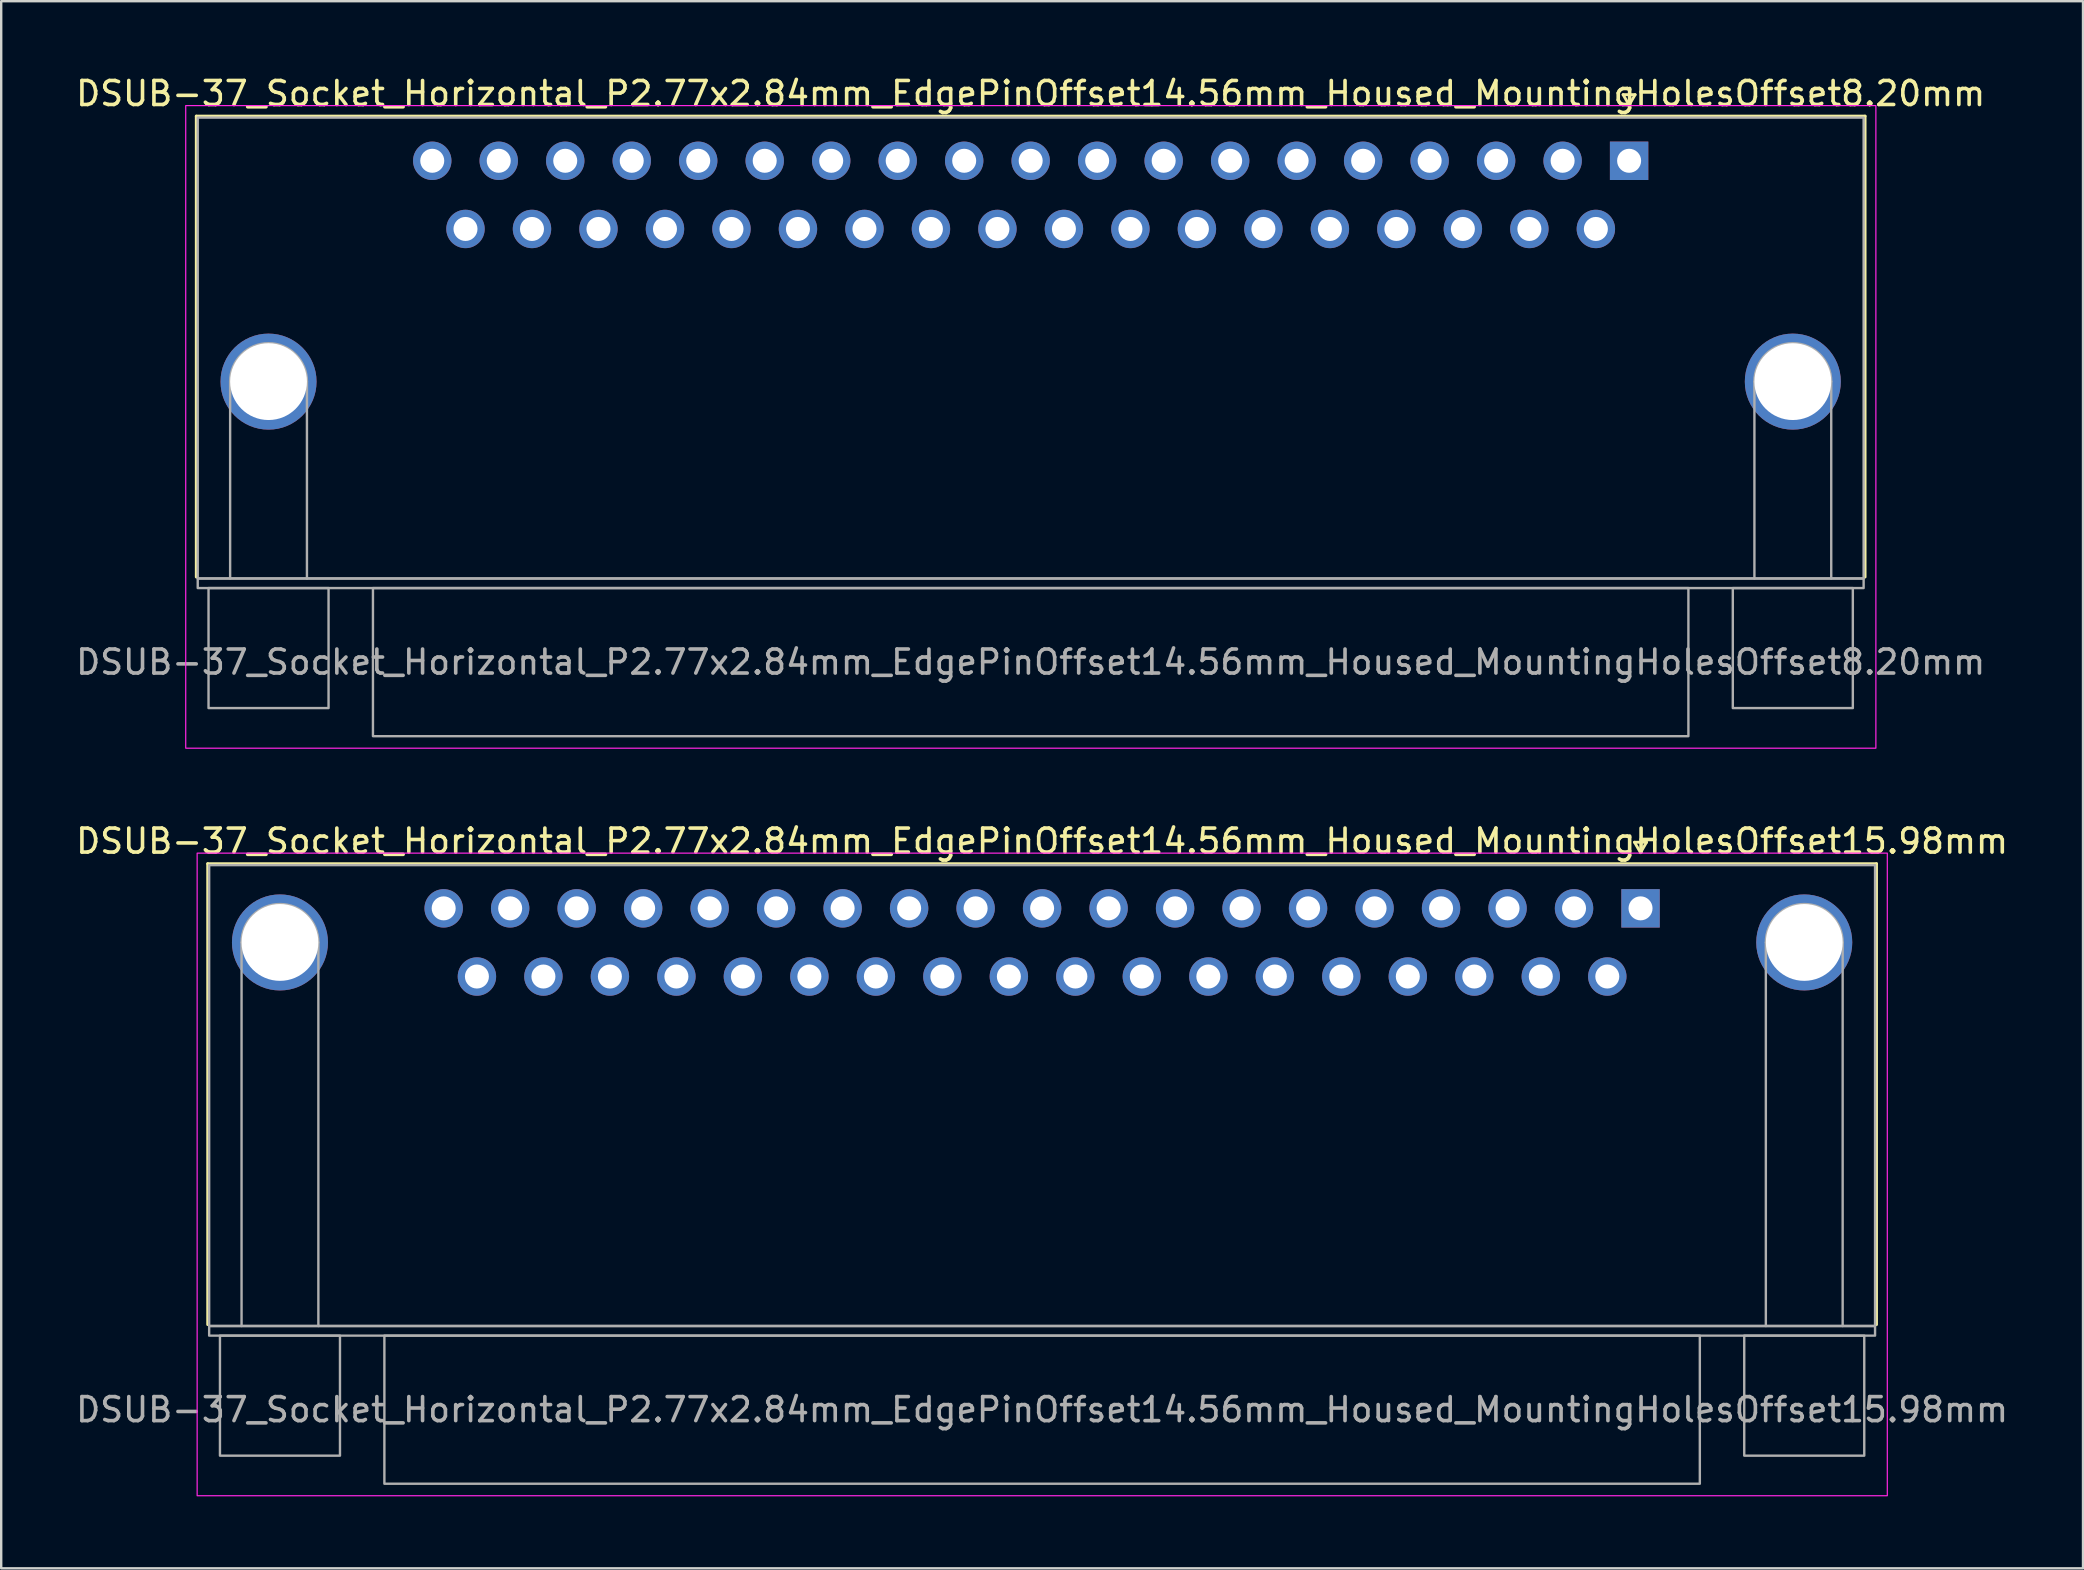
<source format=kicad_pcb>
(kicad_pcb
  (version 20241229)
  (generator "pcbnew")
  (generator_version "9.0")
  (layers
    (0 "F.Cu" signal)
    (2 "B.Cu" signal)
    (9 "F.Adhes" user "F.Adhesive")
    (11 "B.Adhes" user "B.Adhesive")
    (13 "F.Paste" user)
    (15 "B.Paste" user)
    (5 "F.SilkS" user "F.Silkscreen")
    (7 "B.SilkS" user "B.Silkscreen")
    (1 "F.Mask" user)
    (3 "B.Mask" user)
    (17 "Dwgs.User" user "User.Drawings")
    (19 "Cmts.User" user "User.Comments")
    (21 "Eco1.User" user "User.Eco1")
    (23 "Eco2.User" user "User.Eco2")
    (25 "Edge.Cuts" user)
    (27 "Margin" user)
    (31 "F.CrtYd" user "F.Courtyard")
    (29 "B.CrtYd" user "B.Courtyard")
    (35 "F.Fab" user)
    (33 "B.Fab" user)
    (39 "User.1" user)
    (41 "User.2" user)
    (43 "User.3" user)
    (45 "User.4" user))
  (footprint "DSUB-37_Socket_Horizontal_P2.77x2.84mm_EdgePinOffset14.56mm_Housed_MountingHolesOffset15.98mm"
    (layer "F.Cu")
    (at 65.293 34.791)
    (property "Reference" "DSUB-37_Socket_Horizontal_P2.77x2.84mm_EdgePinOffset14.56mm_Housed_MountingHolesOffset15.98mm" (at -24.93 -2.8 0) (layer "F.SilkS") (effects (font (size 1 1) (thickness 0.15))))
    (attr through_hole)
    (fp_line (start -59.69 -1.86) (end 9.83 -1.86) (stroke (width 0.12) (type solid)) (layer "F.SilkS"))
    (fp_line (start -59.69 17.34) (end -59.69 -1.86) (stroke (width 0.12) (type solid)) (layer "F.SilkS"))
    (fp_line (start -0.25 -2.754) (end 0.25 -2.754) (stroke (width 0.12) (type solid)) (layer "F.SilkS"))
    (fp_line (start 0 -2.321) (end -0.25 -2.754) (stroke (width 0.12) (type solid)) (layer "F.SilkS"))
    (fp_line (start 0.25 -2.754) (end 0 -2.321) (stroke (width 0.12) (type solid)) (layer "F.SilkS"))
    (fp_line (start 9.83 -1.86) (end 9.83 17.34) (stroke (width 0.12) (type solid)) (layer "F.SilkS"))
    (fp_rect (start -60.13 -2.3) (end 10.28 24.47) (stroke (width 0.05) (type solid)) (fill no) (layer "F.CrtYd"))
    (fp_line (start -58.28 17.4) (end -58.28 1.42) (stroke (width 0.1) (type solid)) (layer "F.Fab"))
    (fp_line (start -55.08 17.4) (end -55.08 1.42) (stroke (width 0.1) (type solid)) (layer "F.Fab"))
    (fp_line (start 5.22 17.4) (end 5.22 1.42) (stroke (width 0.1) (type solid)) (layer "F.Fab"))
    (fp_line (start 8.42 17.4) (end 8.42 1.42) (stroke (width 0.1) (type solid)) (layer "F.Fab"))
    (fp_rect (start -59.63 -1.8) (end 9.77 17.4) (stroke (width 0.1) (type solid)) (fill no) (layer "F.Fab"))
    (fp_rect (start -59.63 17.4) (end 9.77 17.8) (stroke (width 0.1) (type solid)) (fill no) (layer "F.Fab"))
    (fp_rect (start -59.18 17.8) (end -54.18 22.8) (stroke (width 0.1) (type solid)) (fill no) (layer "F.Fab"))
    (fp_rect (start -52.33 17.8) (end 2.47 23.97) (stroke (width 0.1) (type solid)) (fill no) (layer "F.Fab"))
    (fp_rect (start 4.32 17.8) (end 9.32 22.8) (stroke (width 0.1) (type solid)) (fill no) (layer "F.Fab"))
    (fp_arc (start -58.28 1.42) (mid -56.68 -0.18) (end -55.08 1.42) (stroke (width 0.1) (type solid)) (layer "F.Fab"))
    (fp_arc (start 5.22 1.42) (mid 6.82 -0.18) (end 8.42 1.42) (stroke (width 0.1) (type solid)) (layer "F.Fab"))
    (fp_text user "${REFERENCE}" (at -24.93 20.885 0) (layer "F.Fab") (effects (font (size 1 1) (thickness 0.15))))
    (pad "1" thru_hole rect (at 0 0) (size 1.6 1.6) (drill 1) (layers "*.Cu" "*.Mask"))
    (pad "2" thru_hole circle (at -2.77 0) (size 1.6 1.6) (drill 1) (layers "*.Cu" "*.Mask"))
    (pad "3" thru_hole circle (at -5.54 0) (size 1.6 1.6) (drill 1) (layers "*.Cu" "*.Mask"))
    (pad "4" thru_hole circle (at -8.31 0) (size 1.6 1.6) (drill 1) (layers "*.Cu" "*.Mask"))
    (pad "5" thru_hole circle (at -11.08 0) (size 1.6 1.6) (drill 1) (layers "*.Cu" "*.Mask"))
    (pad "6" thru_hole circle (at -13.85 0) (size 1.6 1.6) (drill 1) (layers "*.Cu" "*.Mask"))
    (pad "7" thru_hole circle (at -16.62 0) (size 1.6 1.6) (drill 1) (layers "*.Cu" "*.Mask"))
    (pad "8" thru_hole circle (at -19.39 0) (size 1.6 1.6) (drill 1) (layers "*.Cu" "*.Mask"))
    (pad "9" thru_hole circle (at -22.16 0) (size 1.6 1.6) (drill 1) (layers "*.Cu" "*.Mask"))
    (pad "10" thru_hole circle (at -24.93 0) (size 1.6 1.6) (drill 1) (layers "*.Cu" "*.Mask"))
    (pad "11" thru_hole circle (at -27.7 0) (size 1.6 1.6) (drill 1) (layers "*.Cu" "*.Mask"))
    (pad "12" thru_hole circle (at -30.47 0) (size 1.6 1.6) (drill 1) (layers "*.Cu" "*.Mask"))
    (pad "13" thru_hole circle (at -33.24 0) (size 1.6 1.6) (drill 1) (layers "*.Cu" "*.Mask"))
    (pad "14" thru_hole circle (at -36.01 0) (size 1.6 1.6) (drill 1) (layers "*.Cu" "*.Mask"))
    (pad "15" thru_hole circle (at -38.78 0) (size 1.6 1.6) (drill 1) (layers "*.Cu" "*.Mask"))
    (pad "16" thru_hole circle (at -41.55 0) (size 1.6 1.6) (drill 1) (layers "*.Cu" "*.Mask"))
    (pad "17" thru_hole circle (at -44.32 0) (size 1.6 1.6) (drill 1) (layers "*.Cu" "*.Mask"))
    (pad "18" thru_hole circle (at -47.09 0) (size 1.6 1.6) (drill 1) (layers "*.Cu" "*.Mask"))
    (pad "19" thru_hole circle (at -49.86 0) (size 1.6 1.6) (drill 1) (layers "*.Cu" "*.Mask"))
    (pad "20" thru_hole circle (at -1.385 2.84) (size 1.6 1.6) (drill 1) (layers "*.Cu" "*.Mask"))
    (pad "21" thru_hole circle (at -4.155 2.84) (size 1.6 1.6) (drill 1) (layers "*.Cu" "*.Mask"))
    (pad "22" thru_hole circle (at -6.925 2.84) (size 1.6 1.6) (drill 1) (layers "*.Cu" "*.Mask"))
    (pad "23" thru_hole circle (at -9.695 2.84) (size 1.6 1.6) (drill 1) (layers "*.Cu" "*.Mask"))
    (pad "24" thru_hole circle (at -12.465 2.84) (size 1.6 1.6) (drill 1) (layers "*.Cu" "*.Mask"))
    (pad "25" thru_hole circle (at -15.235 2.84) (size 1.6 1.6) (drill 1) (layers "*.Cu" "*.Mask"))
    (pad "26" thru_hole circle (at -18.005 2.84) (size 1.6 1.6) (drill 1) (layers "*.Cu" "*.Mask"))
    (pad "27" thru_hole circle (at -20.775 2.84) (size 1.6 1.6) (drill 1) (layers "*.Cu" "*.Mask"))
    (pad "28" thru_hole circle (at -23.545 2.84) (size 1.6 1.6) (drill 1) (layers "*.Cu" "*.Mask"))
    (pad "29" thru_hole circle (at -26.315 2.84) (size 1.6 1.6) (drill 1) (layers "*.Cu" "*.Mask"))
    (pad "30" thru_hole circle (at -29.085 2.84) (size 1.6 1.6) (drill 1) (layers "*.Cu" "*.Mask"))
    (pad "31" thru_hole circle (at -31.855 2.84) (size 1.6 1.6) (drill 1) (layers "*.Cu" "*.Mask"))
    (pad "32" thru_hole circle (at -34.625 2.84) (size 1.6 1.6) (drill 1) (layers "*.Cu" "*.Mask"))
    (pad "33" thru_hole circle (at -37.395 2.84) (size 1.6 1.6) (drill 1) (layers "*.Cu" "*.Mask"))
    (pad "34" thru_hole circle (at -40.165 2.84) (size 1.6 1.6) (drill 1) (layers "*.Cu" "*.Mask"))
    (pad "35" thru_hole circle (at -42.935 2.84) (size 1.6 1.6) (drill 1) (layers "*.Cu" "*.Mask"))
    (pad "36" thru_hole circle (at -45.705 2.84) (size 1.6 1.6) (drill 1) (layers "*.Cu" "*.Mask"))
    (pad "37" thru_hole circle (at -48.475 2.84) (size 1.6 1.6) (drill 1) (layers "*.Cu" "*.Mask"))
    (pad "SH" thru_hole circle (at -56.68 1.42) (size 4 4) (drill 3.2) (layers "*.Cu" "*.Mask"))
    (pad "SH" thru_hole circle (at 6.82 1.42) (size 4 4) (drill 3.2) (layers "*.Cu" "*.Mask")))
  (footprint "DSUB-37_Socket_Horizontal_P2.77x2.84mm_EdgePinOffset14.56mm_Housed_MountingHolesOffset8.20mm"
    (layer "F.Cu")
    (at 64.817 3.648)
    (property "Reference" "DSUB-37_Socket_Horizontal_P2.77x2.84mm_EdgePinOffset14.56mm_Housed_MountingHolesOffset8.20mm" (at -24.93 -2.8 0) (layer "F.SilkS") (effects (font (size 1 1) (thickness 0.15))))
    (attr through_hole)
    (fp_line (start -59.69 -1.86) (end 9.83 -1.86) (stroke (width 0.12) (type solid)) (layer "F.SilkS"))
    (fp_line (start -59.69 17.34) (end -59.69 -1.86) (stroke (width 0.12) (type solid)) (layer "F.SilkS"))
    (fp_line (start -0.25 -2.754) (end 0.25 -2.754) (stroke (width 0.12) (type solid)) (layer "F.SilkS"))
    (fp_line (start 0 -2.321) (end -0.25 -2.754) (stroke (width 0.12) (type solid)) (layer "F.SilkS"))
    (fp_line (start 0.25 -2.754) (end 0 -2.321) (stroke (width 0.12) (type solid)) (layer "F.SilkS"))
    (fp_line (start 9.83 -1.86) (end 9.83 17.34) (stroke (width 0.12) (type solid)) (layer "F.SilkS"))
    (fp_rect (start -60.13 -2.3) (end 10.28 24.47) (stroke (width 0.05) (type solid)) (fill no) (layer "F.CrtYd"))
    (fp_line (start -58.28 17.4) (end -58.28 9.2) (stroke (width 0.1) (type solid)) (layer "F.Fab"))
    (fp_line (start -55.08 17.4) (end -55.08 9.2) (stroke (width 0.1) (type solid)) (layer "F.Fab"))
    (fp_line (start 5.22 17.4) (end 5.22 9.2) (stroke (width 0.1) (type solid)) (layer "F.Fab"))
    (fp_line (start 8.42 17.4) (end 8.42 9.2) (stroke (width 0.1) (type solid)) (layer "F.Fab"))
    (fp_rect (start -59.63 -1.8) (end 9.77 17.4) (stroke (width 0.1) (type solid)) (fill no) (layer "F.Fab"))
    (fp_rect (start -59.63 17.4) (end 9.77 17.8) (stroke (width 0.1) (type solid)) (fill no) (layer "F.Fab"))
    (fp_rect (start -59.18 17.8) (end -54.18 22.8) (stroke (width 0.1) (type solid)) (fill no) (layer "F.Fab"))
    (fp_rect (start -52.33 17.8) (end 2.47 23.97) (stroke (width 0.1) (type solid)) (fill no) (layer "F.Fab"))
    (fp_rect (start 4.32 17.8) (end 9.32 22.8) (stroke (width 0.1) (type solid)) (fill no) (layer "F.Fab"))
    (fp_arc (start -58.28 9.2) (mid -56.68 7.6) (end -55.08 9.2) (stroke (width 0.1) (type solid)) (layer "F.Fab"))
    (fp_arc (start 5.22 9.2) (mid 6.82 7.6) (end 8.42 9.2) (stroke (width 0.1) (type solid)) (layer "F.Fab"))
    (fp_text user "${REFERENCE}" (at -24.93 20.885 0) (layer "F.Fab") (effects (font (size 1 1) (thickness 0.15))))
    (pad "1" thru_hole rect (at 0 0) (size 1.6 1.6) (drill 1) (layers "*.Cu" "*.Mask"))
    (pad "2" thru_hole circle (at -2.77 0) (size 1.6 1.6) (drill 1) (layers "*.Cu" "*.Mask"))
    (pad "3" thru_hole circle (at -5.54 0) (size 1.6 1.6) (drill 1) (layers "*.Cu" "*.Mask"))
    (pad "4" thru_hole circle (at -8.31 0) (size 1.6 1.6) (drill 1) (layers "*.Cu" "*.Mask"))
    (pad "5" thru_hole circle (at -11.08 0) (size 1.6 1.6) (drill 1) (layers "*.Cu" "*.Mask"))
    (pad "6" thru_hole circle (at -13.85 0) (size 1.6 1.6) (drill 1) (layers "*.Cu" "*.Mask"))
    (pad "7" thru_hole circle (at -16.62 0) (size 1.6 1.6) (drill 1) (layers "*.Cu" "*.Mask"))
    (pad "8" thru_hole circle (at -19.39 0) (size 1.6 1.6) (drill 1) (layers "*.Cu" "*.Mask"))
    (pad "9" thru_hole circle (at -22.16 0) (size 1.6 1.6) (drill 1) (layers "*.Cu" "*.Mask"))
    (pad "10" thru_hole circle (at -24.93 0) (size 1.6 1.6) (drill 1) (layers "*.Cu" "*.Mask"))
    (pad "11" thru_hole circle (at -27.7 0) (size 1.6 1.6) (drill 1) (layers "*.Cu" "*.Mask"))
    (pad "12" thru_hole circle (at -30.47 0) (size 1.6 1.6) (drill 1) (layers "*.Cu" "*.Mask"))
    (pad "13" thru_hole circle (at -33.24 0) (size 1.6 1.6) (drill 1) (layers "*.Cu" "*.Mask"))
    (pad "14" thru_hole circle (at -36.01 0) (size 1.6 1.6) (drill 1) (layers "*.Cu" "*.Mask"))
    (pad "15" thru_hole circle (at -38.78 0) (size 1.6 1.6) (drill 1) (layers "*.Cu" "*.Mask"))
    (pad "16" thru_hole circle (at -41.55 0) (size 1.6 1.6) (drill 1) (layers "*.Cu" "*.Mask"))
    (pad "17" thru_hole circle (at -44.32 0) (size 1.6 1.6) (drill 1) (layers "*.Cu" "*.Mask"))
    (pad "18" thru_hole circle (at -47.09 0) (size 1.6 1.6) (drill 1) (layers "*.Cu" "*.Mask"))
    (pad "19" thru_hole circle (at -49.86 0) (size 1.6 1.6) (drill 1) (layers "*.Cu" "*.Mask"))
    (pad "20" thru_hole circle (at -1.385 2.84) (size 1.6 1.6) (drill 1) (layers "*.Cu" "*.Mask"))
    (pad "21" thru_hole circle (at -4.155 2.84) (size 1.6 1.6) (drill 1) (layers "*.Cu" "*.Mask"))
    (pad "22" thru_hole circle (at -6.925 2.84) (size 1.6 1.6) (drill 1) (layers "*.Cu" "*.Mask"))
    (pad "23" thru_hole circle (at -9.695 2.84) (size 1.6 1.6) (drill 1) (layers "*.Cu" "*.Mask"))
    (pad "24" thru_hole circle (at -12.465 2.84) (size 1.6 1.6) (drill 1) (layers "*.Cu" "*.Mask"))
    (pad "25" thru_hole circle (at -15.235 2.84) (size 1.6 1.6) (drill 1) (layers "*.Cu" "*.Mask"))
    (pad "26" thru_hole circle (at -18.005 2.84) (size 1.6 1.6) (drill 1) (layers "*.Cu" "*.Mask"))
    (pad "27" thru_hole circle (at -20.775 2.84) (size 1.6 1.6) (drill 1) (layers "*.Cu" "*.Mask"))
    (pad "28" thru_hole circle (at -23.545 2.84) (size 1.6 1.6) (drill 1) (layers "*.Cu" "*.Mask"))
    (pad "29" thru_hole circle (at -26.315 2.84) (size 1.6 1.6) (drill 1) (layers "*.Cu" "*.Mask"))
    (pad "30" thru_hole circle (at -29.085 2.84) (size 1.6 1.6) (drill 1) (layers "*.Cu" "*.Mask"))
    (pad "31" thru_hole circle (at -31.855 2.84) (size 1.6 1.6) (drill 1) (layers "*.Cu" "*.Mask"))
    (pad "32" thru_hole circle (at -34.625 2.84) (size 1.6 1.6) (drill 1) (layers "*.Cu" "*.Mask"))
    (pad "33" thru_hole circle (at -37.395 2.84) (size 1.6 1.6) (drill 1) (layers "*.Cu" "*.Mask"))
    (pad "34" thru_hole circle (at -40.165 2.84) (size 1.6 1.6) (drill 1) (layers "*.Cu" "*.Mask"))
    (pad "35" thru_hole circle (at -42.935 2.84) (size 1.6 1.6) (drill 1) (layers "*.Cu" "*.Mask"))
    (pad "36" thru_hole circle (at -45.705 2.84) (size 1.6 1.6) (drill 1) (layers "*.Cu" "*.Mask"))
    (pad "37" thru_hole circle (at -48.475 2.84) (size 1.6 1.6) (drill 1) (layers "*.Cu" "*.Mask"))
    (pad "SH" thru_hole circle (at -56.68 9.2) (size 4 4) (drill 3.2) (layers "*.Cu" "*.Mask"))
    (pad "SH" thru_hole circle (at 6.82 9.2) (size 4 4) (drill 3.2) (layers "*.Cu" "*.Mask")))
  (gr_rect
    (start -3 -3)
    (end 83.726 62.286)
    (stroke (width 0.1) (type default))
    (fill no)
    (layer "Edge.Cuts")))
</source>
